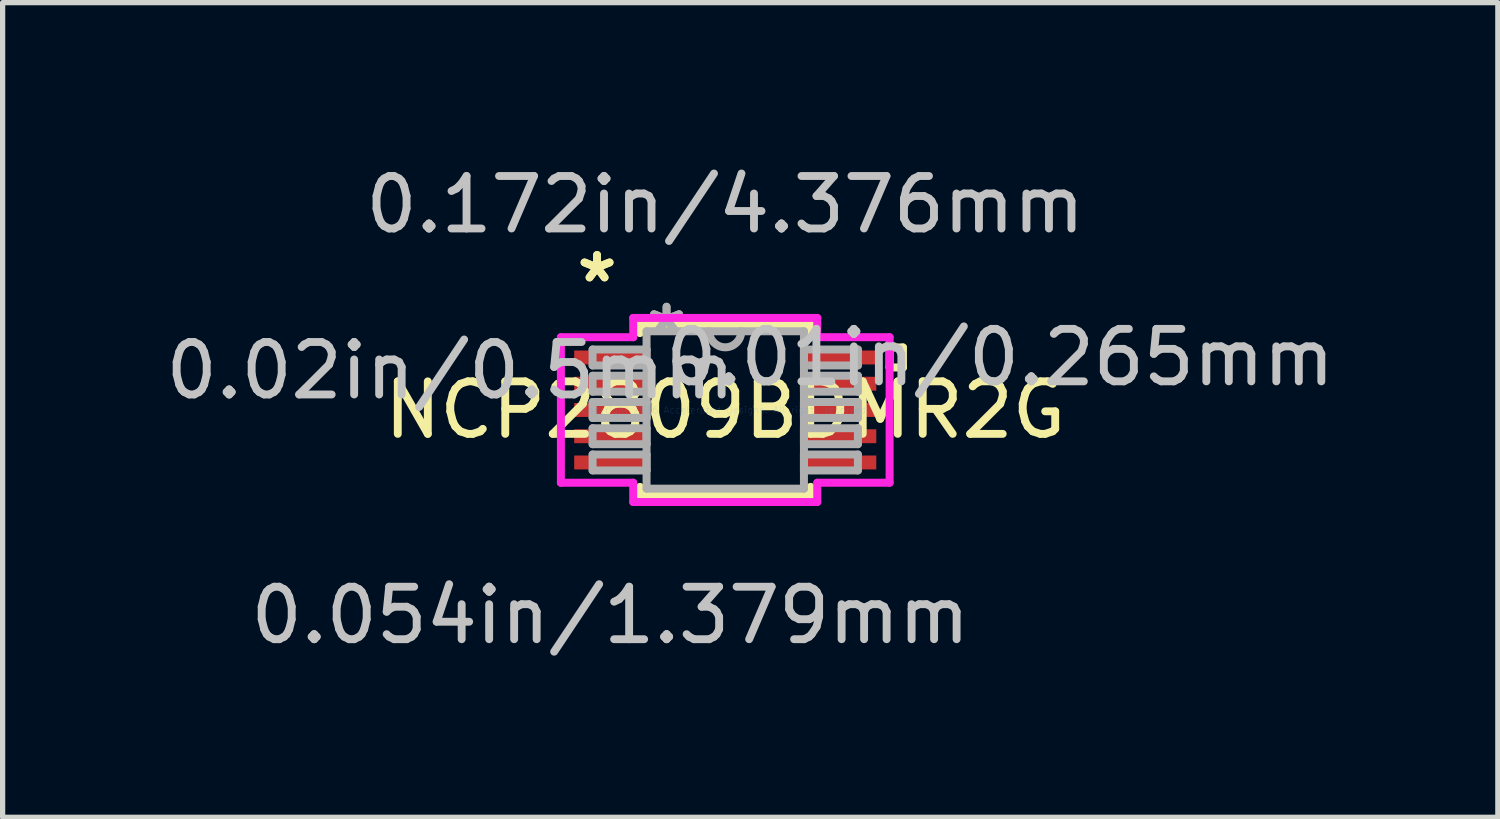
<source format=kicad_pcb>
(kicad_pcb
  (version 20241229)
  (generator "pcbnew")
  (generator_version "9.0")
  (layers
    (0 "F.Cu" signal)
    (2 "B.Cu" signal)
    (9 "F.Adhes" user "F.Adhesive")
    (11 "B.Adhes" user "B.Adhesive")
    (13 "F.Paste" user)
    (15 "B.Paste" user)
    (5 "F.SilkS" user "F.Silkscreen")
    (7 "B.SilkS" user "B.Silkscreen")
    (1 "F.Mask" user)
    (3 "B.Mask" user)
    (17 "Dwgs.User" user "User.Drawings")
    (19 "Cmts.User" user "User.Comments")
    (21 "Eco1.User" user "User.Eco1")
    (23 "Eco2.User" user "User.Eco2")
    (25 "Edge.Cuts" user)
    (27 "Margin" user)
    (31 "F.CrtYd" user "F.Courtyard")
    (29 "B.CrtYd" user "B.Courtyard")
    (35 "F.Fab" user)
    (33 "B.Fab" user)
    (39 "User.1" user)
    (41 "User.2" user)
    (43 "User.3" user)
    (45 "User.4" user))
  (footprint "NCP2809BDMR2G"
    (layer "F.Cu")
    (at 10.766 4.76)
    (property "Reference" "NCP2809BDMR2G" (at 0 0 0) (layer "F.SilkS") (effects (font (size 1 1) (thickness 0.15))))
    (attr through_hole)
    (fp_line (start -1.626 -1.626) (end -1.626 -1.465) (stroke (width 0.152) (type solid)) (layer "F.SilkS"))
    (fp_line (start -1.626 1.465) (end -1.626 1.626) (stroke (width 0.152) (type solid)) (layer "F.SilkS"))
    (fp_line (start -1.626 1.626) (end 1.626 1.626) (stroke (width 0.152) (type solid)) (layer "F.SilkS"))
    (fp_line (start 1.626 -1.626) (end -1.626 -1.626) (stroke (width 0.152) (type solid)) (layer "F.SilkS"))
    (fp_line (start 1.626 -1.465) (end 1.626 -1.626) (stroke (width 0.152) (type solid)) (layer "F.SilkS"))
    (fp_line (start 1.626 1.626) (end 1.626 1.465) (stroke (width 0.152) (type solid)) (layer "F.SilkS"))
    (fp_line (start 3.131 -1.191) (end 3.385 -1.191) (stroke (width 0.152) (type solid)) (layer "F.SilkS"))
    (fp_line (start 3.131 -0.81) (end 3.131 -1.191) (stroke (width 0.152) (type solid)) (layer "F.SilkS"))
    (fp_line (start 3.385 -1.191) (end 3.385 -0.81) (stroke (width 0.152) (type solid)) (layer "F.SilkS"))
    (fp_line (start 3.385 -0.81) (end 3.131 -0.81) (stroke (width 0.152) (type solid)) (layer "F.SilkS"))
    (fp_line (start -3.131 -1.386) (end -1.753 -1.386) (stroke (width 0.152) (type solid)) (layer "F.CrtYd"))
    (fp_line (start -3.131 1.386) (end -3.131 -1.386) (stroke (width 0.152) (type solid)) (layer "F.CrtYd"))
    (fp_line (start -1.753 -1.753) (end 1.753 -1.753) (stroke (width 0.152) (type solid)) (layer "F.CrtYd"))
    (fp_line (start -1.753 -1.386) (end -1.753 -1.753) (stroke (width 0.152) (type solid)) (layer "F.CrtYd"))
    (fp_line (start -1.753 1.386) (end -3.131 1.386) (stroke (width 0.152) (type solid)) (layer "F.CrtYd"))
    (fp_line (start -1.753 1.753) (end -1.753 1.386) (stroke (width 0.152) (type solid)) (layer "F.CrtYd"))
    (fp_line (start 1.753 -1.753) (end 1.753 -1.386) (stroke (width 0.152) (type solid)) (layer "F.CrtYd"))
    (fp_line (start 1.753 -1.386) (end 3.131 -1.386) (stroke (width 0.152) (type solid)) (layer "F.CrtYd"))
    (fp_line (start 1.753 1.386) (end 1.753 1.753) (stroke (width 0.152) (type solid)) (layer "F.CrtYd"))
    (fp_line (start 1.753 1.753) (end -1.753 1.753) (stroke (width 0.152) (type solid)) (layer "F.CrtYd"))
    (fp_line (start 3.131 -1.386) (end 3.131 1.386) (stroke (width 0.152) (type solid)) (layer "F.CrtYd"))
    (fp_line (start 3.131 1.386) (end 1.753 1.386) (stroke (width 0.152) (type solid)) (layer "F.CrtYd"))
    (fp_line (start -2.527 -1.152) (end -2.527 -0.848) (stroke (width 0.152) (type solid)) (layer "F.Fab"))
    (fp_line (start -2.527 -0.848) (end -1.499 -0.848) (stroke (width 0.152) (type solid)) (layer "F.Fab"))
    (fp_line (start -2.527 -0.652) (end -2.527 -0.348) (stroke (width 0.152) (type solid)) (layer "F.Fab"))
    (fp_line (start -2.527 -0.348) (end -1.499 -0.348) (stroke (width 0.152) (type solid)) (layer "F.Fab"))
    (fp_line (start -2.527 -0.152) (end -2.527 0.152) (stroke (width 0.152) (type solid)) (layer "F.Fab"))
    (fp_line (start -2.527 0.152) (end -1.499 0.152) (stroke (width 0.152) (type solid)) (layer "F.Fab"))
    (fp_line (start -2.527 0.348) (end -2.527 0.652) (stroke (width 0.152) (type solid)) (layer "F.Fab"))
    (fp_line (start -2.527 0.652) (end -1.499 0.652) (stroke (width 0.152) (type solid)) (layer "F.Fab"))
    (fp_line (start -2.527 0.848) (end -2.527 1.152) (stroke (width 0.152) (type solid)) (layer "F.Fab"))
    (fp_line (start -2.527 1.152) (end -1.499 1.152) (stroke (width 0.152) (type solid)) (layer "F.Fab"))
    (fp_line (start -1.499 -1.499) (end -1.499 1.499) (stroke (width 0.152) (type solid)) (layer "F.Fab"))
    (fp_line (start -1.499 -1.152) (end -2.527 -1.152) (stroke (width 0.152) (type solid)) (layer "F.Fab"))
    (fp_line (start -1.499 -0.848) (end -1.499 -1.152) (stroke (width 0.152) (type solid)) (layer "F.Fab"))
    (fp_line (start -1.499 -0.652) (end -2.527 -0.652) (stroke (width 0.152) (type solid)) (layer "F.Fab"))
    (fp_line (start -1.499 -0.348) (end -1.499 -0.652) (stroke (width 0.152) (type solid)) (layer "F.Fab"))
    (fp_line (start -1.499 -0.152) (end -2.527 -0.152) (stroke (width 0.152) (type solid)) (layer "F.Fab"))
    (fp_line (start -1.499 0.152) (end -1.499 -0.152) (stroke (width 0.152) (type solid)) (layer "F.Fab"))
    (fp_line (start -1.499 0.348) (end -2.527 0.348) (stroke (width 0.152) (type solid)) (layer "F.Fab"))
    (fp_line (start -1.499 0.652) (end -1.499 0.348) (stroke (width 0.152) (type solid)) (layer "F.Fab"))
    (fp_line (start -1.499 0.848) (end -2.527 0.848) (stroke (width 0.152) (type solid)) (layer "F.Fab"))
    (fp_line (start -1.499 1.152) (end -1.499 0.848) (stroke (width 0.152) (type solid)) (layer "F.Fab"))
    (fp_line (start -1.499 1.499) (end 1.499 1.499) (stroke (width 0.152) (type solid)) (layer "F.Fab"))
    (fp_line (start 1.499 -1.499) (end -1.499 -1.499) (stroke (width 0.152) (type solid)) (layer "F.Fab"))
    (fp_line (start 1.499 -1.152) (end 1.499 -0.848) (stroke (width 0.152) (type solid)) (layer "F.Fab"))
    (fp_line (start 1.499 -0.848) (end 2.527 -0.848) (stroke (width 0.152) (type solid)) (layer "F.Fab"))
    (fp_line (start 1.499 -0.652) (end 1.499 -0.348) (stroke (width 0.152) (type solid)) (layer "F.Fab"))
    (fp_line (start 1.499 -0.348) (end 2.527 -0.348) (stroke (width 0.152) (type solid)) (layer "F.Fab"))
    (fp_line (start 1.499 -0.152) (end 1.499 0.152) (stroke (width 0.152) (type solid)) (layer "F.Fab"))
    (fp_line (start 1.499 0.152) (end 2.527 0.152) (stroke (width 0.152) (type solid)) (layer "F.Fab"))
    (fp_line (start 1.499 0.348) (end 1.499 0.652) (stroke (width 0.152) (type solid)) (layer "F.Fab"))
    (fp_line (start 1.499 0.652) (end 2.527 0.652) (stroke (width 0.152) (type solid)) (layer "F.Fab"))
    (fp_line (start 1.499 0.848) (end 1.499 1.152) (stroke (width 0.152) (type solid)) (layer "F.Fab"))
    (fp_line (start 1.499 1.152) (end 2.527 1.152) (stroke (width 0.152) (type solid)) (layer "F.Fab"))
    (fp_line (start 1.499 1.499) (end 1.499 -1.499) (stroke (width 0.152) (type solid)) (layer "F.Fab"))
    (fp_line (start 2.527 -1.152) (end 1.499 -1.152) (stroke (width 0.152) (type solid)) (layer "F.Fab"))
    (fp_line (start 2.527 -0.848) (end 2.527 -1.152) (stroke (width 0.152) (type solid)) (layer "F.Fab"))
    (fp_line (start 2.527 -0.652) (end 1.499 -0.652) (stroke (width 0.152) (type solid)) (layer "F.Fab"))
    (fp_line (start 2.527 -0.348) (end 2.527 -0.652) (stroke (width 0.152) (type solid)) (layer "F.Fab"))
    (fp_line (start 2.527 -0.152) (end 1.499 -0.152) (stroke (width 0.152) (type solid)) (layer "F.Fab"))
    (fp_line (start 2.527 0.152) (end 2.527 -0.152) (stroke (width 0.152) (type solid)) (layer "F.Fab"))
    (fp_line (start 2.527 0.348) (end 1.499 0.348) (stroke (width 0.152) (type solid)) (layer "F.Fab"))
    (fp_line (start 2.527 0.652) (end 2.527 0.348) (stroke (width 0.152) (type solid)) (layer "F.Fab"))
    (fp_line (start 2.527 0.848) (end 1.499 0.848) (stroke (width 0.152) (type solid)) (layer "F.Fab"))
    (fp_line (start 2.527 1.152) (end 2.527 0.848) (stroke (width 0.152) (type solid)) (layer "F.Fab"))
    (fp_arc (start 0.3048 -1.4986) (mid 0 -1.1938) (end -0.3048 -1.4986) (stroke (width 0.1524) (type solid)) (layer "F.Fab"))
    (fp_text user "*" (at -2.442 -2.408 0) (layer "F.SilkS") (effects (font (size 1 1) (thickness 0.15))))
    (fp_text user "*" (at -2.442 -2.408 0) (layer "F.SilkS") (effects (font (size 1 1) (thickness 0.15))))
    (fp_text user "0.172in/4.376mm" (at 0 -3.912 0) (layer "Dwgs.User") (effects (font (size 1 1) (thickness 0.15))))
    (fp_text user "0.054in/1.379mm" (at -2.188 3.912 0) (layer "Dwgs.User") (effects (font (size 1 1) (thickness 0.15))))
    (fp_text user "0.01in/0.265mm" (at 5.236 -1 0) (layer "Dwgs.User") (effects (font (size 1 1) (thickness 0.15))))
    (fp_text user "0.02in/0.5mm" (at -5.236 -0.75 0) (layer "Dwgs.User") (effects (font (size 1 1) (thickness 0.15))))
    (fp_text user "Copyright 2016 Accelerated Designs. All rights reserved." (at 0 0 0) (layer "Cmts.User") (effects (font (size 0.127 0.127) (thickness 0.002))))
    (fp_text user "*" (at -1.118 -1.422 0) (layer "F.Fab") (effects (font (size 1 1) (thickness 0.15))))
    (fp_text user "*" (at -1.118 -1.422 0) (layer "F.Fab") (effects (font (size 1 1) (thickness 0.15))))
    (pad "1" smd rect (at -2.188 -1) (size 1.379 0.265) (layers "F.Cu" "F.Mask" "F.Paste"))
    (pad "2" smd rect (at -2.188 -0.5) (size 1.379 0.265) (layers "F.Cu" "F.Mask" "F.Paste"))
    (pad "3" smd rect (at -2.188 0) (size 1.379 0.265) (layers "F.Cu" "F.Mask" "F.Paste"))
    (pad "4" smd rect (at -2.188 0.5) (size 1.379 0.265) (layers "F.Cu" "F.Mask" "F.Paste"))
    (pad "5" smd rect (at -2.188 1) (size 1.379 0.265) (layers "F.Cu" "F.Mask" "F.Paste"))
    (pad "6" smd rect (at 2.188 1) (size 1.379 0.265) (layers "F.Cu" "F.Mask" "F.Paste"))
    (pad "7" smd rect (at 2.188 0.5) (size 1.379 0.265) (layers "F.Cu" "F.Mask" "F.Paste"))
    (pad "8" smd rect (at 2.188 0) (size 1.379 0.265) (layers "F.Cu" "F.Mask" "F.Paste"))
    (pad "9" smd rect (at 2.188 -0.5) (size 1.379 0.265) (layers "F.Cu" "F.Mask" "F.Paste"))
    (pad "10" smd rect (at 2.188 -1) (size 1.379 0.265) (layers "F.Cu" "F.Mask" "F.Paste")))
  (gr_rect
    (start -3 -3)
    (end 25.484 12.52)
    (stroke (width 0.1) (type default))
    (fill no)
    (layer "Edge.Cuts")))
</source>
